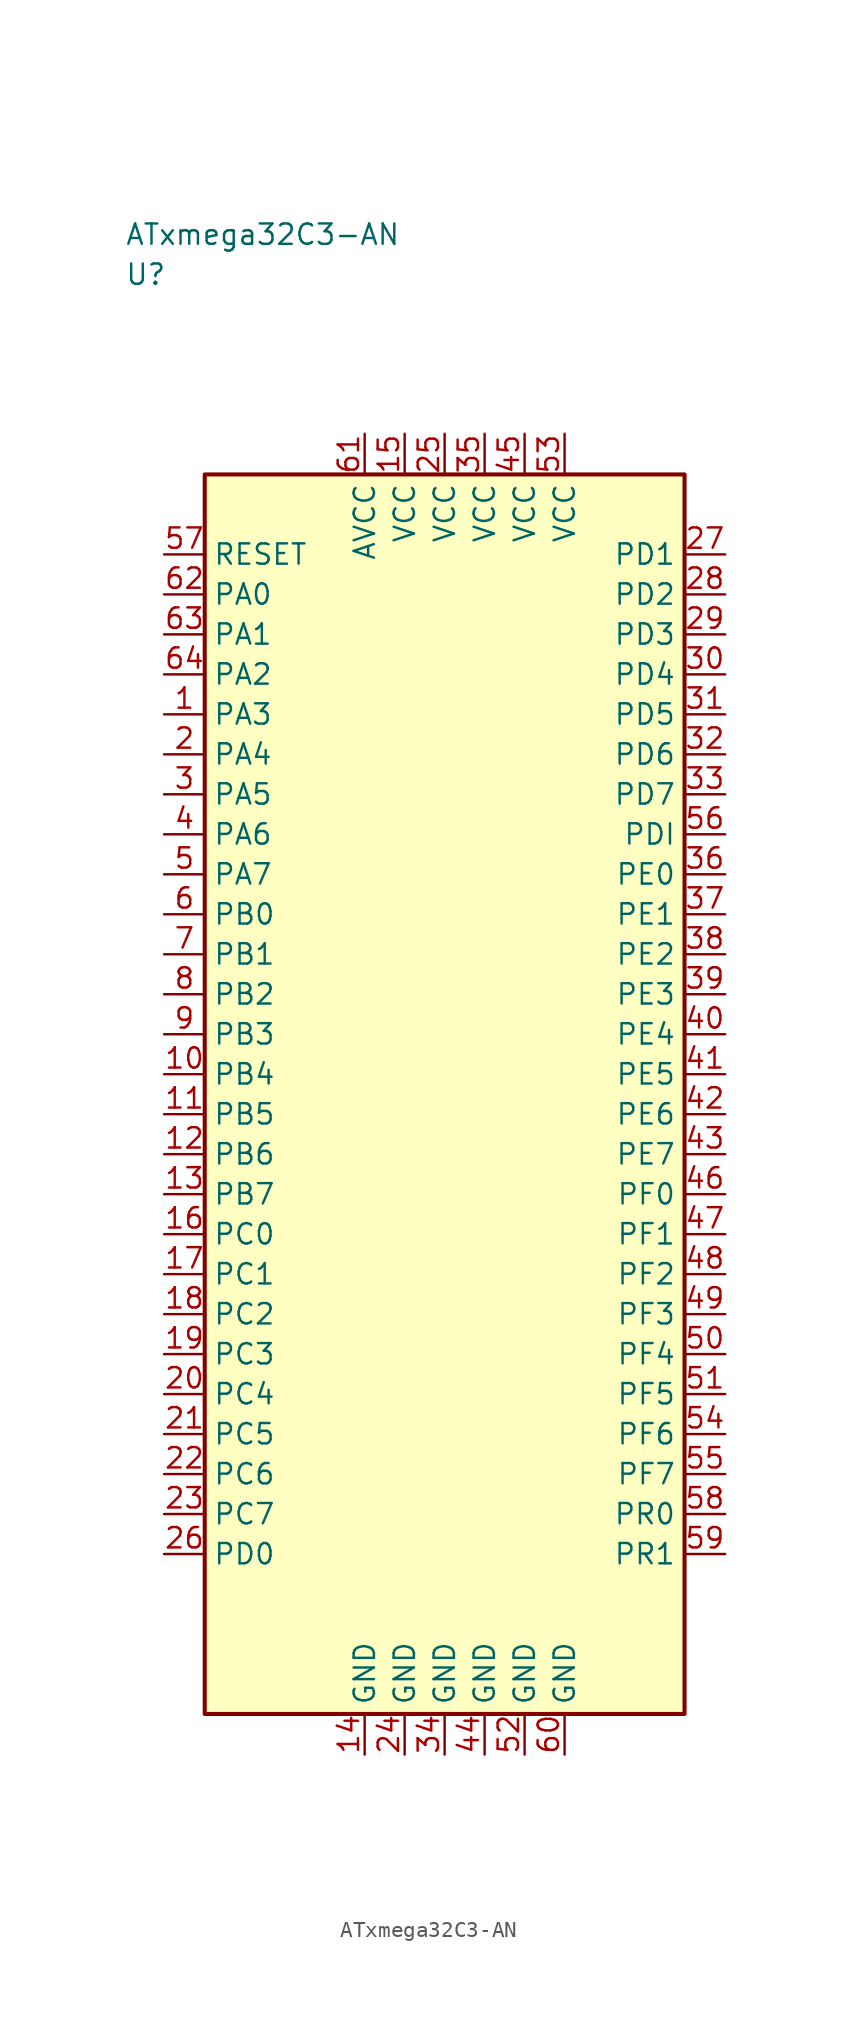
<source format=kicad_sym>
(kicad_symbol_lib
  (version 20241025)
  (generator "kicad_symbol_editor")
  (generator_version "8.0")
  (symbol "ATxmega32C3-AN"
    (property "Reference" "U"
      (at -20.0 51.25 0)
      (effects (font (size 1.27 1.27)) (justify left)))
    (property "Value" "ATxmega32C3-AN"
      (at -20.0 53.75 0)
      (effects (font (size 1.27 1.27)) (justify left)))
    (symbol "ATxmega32C3-AN_0_1"
      (rectangle (start -15.0 38.75) (end 15.0 -38.75) (stroke (width 0.254) (type default)) (fill (type background))))
    (symbol "ATxmega32C3-AN_1_1"
      (pin bidirectional line (at -17.54 23.75 0.0) (length 2.54) (name "PA3" (effects (font (size 1.27 1.27)))) (number "1" (effects (font (size 1.27 1.27)))))
      (pin bidirectional line (at -17.54 21.25 0.0) (length 2.54) (name "PA4" (effects (font (size 1.27 1.27)))) (number "2" (effects (font (size 1.27 1.27)))))
      (pin bidirectional line (at -17.54 18.75 0.0) (length 2.54) (name "PA5" (effects (font (size 1.27 1.27)))) (number "3" (effects (font (size 1.27 1.27)))))
      (pin bidirectional line (at -17.54 16.25 0.0) (length 2.54) (name "PA6" (effects (font (size 1.27 1.27)))) (number "4" (effects (font (size 1.27 1.27)))))
      (pin bidirectional line (at -17.54 13.75 0.0) (length 2.54) (name "PA7" (effects (font (size 1.27 1.27)))) (number "5" (effects (font (size 1.27 1.27)))))
      (pin bidirectional line (at -17.54 11.25 0.0) (length 2.54) (name "PB0" (effects (font (size 1.27 1.27)))) (number "6" (effects (font (size 1.27 1.27)))))
      (pin bidirectional line (at -17.54 8.75 0.0) (length 2.54) (name "PB1" (effects (font (size 1.27 1.27)))) (number "7" (effects (font (size 1.27 1.27)))))
      (pin bidirectional line (at -17.54 6.25 0.0) (length 2.54) (name "PB2" (effects (font (size 1.27 1.27)))) (number "8" (effects (font (size 1.27 1.27)))))
      (pin bidirectional line (at -17.54 3.75 0.0) (length 2.54) (name "PB3" (effects (font (size 1.27 1.27)))) (number "9" (effects (font (size 1.27 1.27)))))
      (pin bidirectional line (at -17.54 1.25 0.0) (length 2.54) (name "PB4" (effects (font (size 1.27 1.27)))) (number "10" (effects (font (size 1.27 1.27)))))
      (pin bidirectional line (at -17.54 -1.25 0.0) (length 2.54) (name "PB5" (effects (font (size 1.27 1.27)))) (number "11" (effects (font (size 1.27 1.27)))))
      (pin bidirectional line (at -17.54 -3.75 0.0) (length 2.54) (name "PB6" (effects (font (size 1.27 1.27)))) (number "12" (effects (font (size 1.27 1.27)))))
      (pin bidirectional line (at -17.54 -6.25 0.0) (length 2.54) (name "PB7" (effects (font (size 1.27 1.27)))) (number "13" (effects (font (size 1.27 1.27)))))
      (pin passive line (at -5.0 -41.29 90.0) (length 2.54) (name "GND" (effects (font (size 1.27 1.27)))) (number "14" (effects (font (size 1.27 1.27)))))
      (pin power_in line (at -2.5 41.29 270.0) (length 2.54) (name "VCC" (effects (font (size 1.27 1.27)))) (number "15" (effects (font (size 1.27 1.27)))))
      (pin bidirectional line (at -17.54 -8.75 0.0) (length 2.54) (name "PC0" (effects (font (size 1.27 1.27)))) (number "16" (effects (font (size 1.27 1.27)))))
      (pin bidirectional line (at -17.54 -11.25 0.0) (length 2.54) (name "PC1" (effects (font (size 1.27 1.27)))) (number "17" (effects (font (size 1.27 1.27)))))
      (pin bidirectional line (at -17.54 -13.75 0.0) (length 2.54) (name "PC2" (effects (font (size 1.27 1.27)))) (number "18" (effects (font (size 1.27 1.27)))))
      (pin bidirectional line (at -17.54 -16.25 0.0) (length 2.54) (name "PC3" (effects (font (size 1.27 1.27)))) (number "19" (effects (font (size 1.27 1.27)))))
      (pin bidirectional line (at -17.54 -18.75 0.0) (length 2.54) (name "PC4" (effects (font (size 1.27 1.27)))) (number "20" (effects (font (size 1.27 1.27)))))
      (pin bidirectional line (at -17.54 -21.25 0.0) (length 2.54) (name "PC5" (effects (font (size 1.27 1.27)))) (number "21" (effects (font (size 1.27 1.27)))))
      (pin bidirectional line (at -17.54 -23.75 0.0) (length 2.54) (name "PC6" (effects (font (size 1.27 1.27)))) (number "22" (effects (font (size 1.27 1.27)))))
      (pin bidirectional line (at -17.54 -26.25 0.0) (length 2.54) (name "PC7" (effects (font (size 1.27 1.27)))) (number "23" (effects (font (size 1.27 1.27)))))
      (pin passive line (at -2.5 -41.29 90.0) (length 2.54) (name "GND" (effects (font (size 1.27 1.27)))) (number "24" (effects (font (size 1.27 1.27)))))
      (pin power_in line (at 0.0 41.29 270.0) (length 2.54) (name "VCC" (effects (font (size 1.27 1.27)))) (number "25" (effects (font (size 1.27 1.27)))))
      (pin bidirectional line (at -17.54 -28.75 0.0) (length 2.54) (name "PD0" (effects (font (size 1.27 1.27)))) (number "26" (effects (font (size 1.27 1.27)))))
      (pin bidirectional line (at 17.54 33.75 180.0) (length 2.54) (name "PD1" (effects (font (size 1.27 1.27)))) (number "27" (effects (font (size 1.27 1.27)))))
      (pin bidirectional line (at 17.54 31.25 180.0) (length 2.54) (name "PD2" (effects (font (size 1.27 1.27)))) (number "28" (effects (font (size 1.27 1.27)))))
      (pin bidirectional line (at 17.54 28.75 180.0) (length 2.54) (name "PD3" (effects (font (size 1.27 1.27)))) (number "29" (effects (font (size 1.27 1.27)))))
      (pin bidirectional line (at 17.54 26.25 180.0) (length 2.54) (name "PD4" (effects (font (size 1.27 1.27)))) (number "30" (effects (font (size 1.27 1.27)))))
      (pin bidirectional line (at 17.54 23.75 180.0) (length 2.54) (name "PD5" (effects (font (size 1.27 1.27)))) (number "31" (effects (font (size 1.27 1.27)))))
      (pin bidirectional line (at 17.54 21.25 180.0) (length 2.54) (name "PD6" (effects (font (size 1.27 1.27)))) (number "32" (effects (font (size 1.27 1.27)))))
      (pin bidirectional line (at 17.54 18.75 180.0) (length 2.54) (name "PD7" (effects (font (size 1.27 1.27)))) (number "33" (effects (font (size 1.27 1.27)))))
      (pin passive line (at 0.0 -41.29 90.0) (length 2.54) (name "GND" (effects (font (size 1.27 1.27)))) (number "34" (effects (font (size 1.27 1.27)))))
      (pin power_in line (at 2.5 41.29 270.0) (length 2.54) (name "VCC" (effects (font (size 1.27 1.27)))) (number "35" (effects (font (size 1.27 1.27)))))
      (pin bidirectional line (at 17.54 13.75 180.0) (length 2.54) (name "PE0" (effects (font (size 1.27 1.27)))) (number "36" (effects (font (size 1.27 1.27)))))
      (pin bidirectional line (at 17.54 11.25 180.0) (length 2.54) (name "PE1" (effects (font (size 1.27 1.27)))) (number "37" (effects (font (size 1.27 1.27)))))
      (pin bidirectional line (at 17.54 8.75 180.0) (length 2.54) (name "PE2" (effects (font (size 1.27 1.27)))) (number "38" (effects (font (size 1.27 1.27)))))
      (pin bidirectional line (at 17.54 6.25 180.0) (length 2.54) (name "PE3" (effects (font (size 1.27 1.27)))) (number "39" (effects (font (size 1.27 1.27)))))
      (pin bidirectional line (at 17.54 3.75 180.0) (length 2.54) (name "PE4" (effects (font (size 1.27 1.27)))) (number "40" (effects (font (size 1.27 1.27)))))
      (pin bidirectional line (at 17.54 1.25 180.0) (length 2.54) (name "PE5" (effects (font (size 1.27 1.27)))) (number "41" (effects (font (size 1.27 1.27)))))
      (pin bidirectional line (at 17.54 -1.25 180.0) (length 2.54) (name "PE6" (effects (font (size 1.27 1.27)))) (number "42" (effects (font (size 1.27 1.27)))))
      (pin bidirectional line (at 17.54 -3.75 180.0) (length 2.54) (name "PE7" (effects (font (size 1.27 1.27)))) (number "43" (effects (font (size 1.27 1.27)))))
      (pin passive line (at 2.5 -41.29 90.0) (length 2.54) (name "GND" (effects (font (size 1.27 1.27)))) (number "44" (effects (font (size 1.27 1.27)))))
      (pin power_in line (at 5.0 41.29 270.0) (length 2.54) (name "VCC" (effects (font (size 1.27 1.27)))) (number "45" (effects (font (size 1.27 1.27)))))
      (pin bidirectional line (at 17.54 -6.25 180.0) (length 2.54) (name "PF0" (effects (font (size 1.27 1.27)))) (number "46" (effects (font (size 1.27 1.27)))))
      (pin bidirectional line (at 17.54 -8.75 180.0) (length 2.54) (name "PF1" (effects (font (size 1.27 1.27)))) (number "47" (effects (font (size 1.27 1.27)))))
      (pin bidirectional line (at 17.54 -11.25 180.0) (length 2.54) (name "PF2" (effects (font (size 1.27 1.27)))) (number "48" (effects (font (size 1.27 1.27)))))
      (pin bidirectional line (at 17.54 -13.75 180.0) (length 2.54) (name "PF3" (effects (font (size 1.27 1.27)))) (number "49" (effects (font (size 1.27 1.27)))))
      (pin bidirectional line (at 17.54 -16.25 180.0) (length 2.54) (name "PF4" (effects (font (size 1.27 1.27)))) (number "50" (effects (font (size 1.27 1.27)))))
      (pin bidirectional line (at 17.54 -18.75 180.0) (length 2.54) (name "PF5" (effects (font (size 1.27 1.27)))) (number "51" (effects (font (size 1.27 1.27)))))
      (pin passive line (at 5.0 -41.29 90.0) (length 2.54) (name "GND" (effects (font (size 1.27 1.27)))) (number "52" (effects (font (size 1.27 1.27)))))
      (pin power_in line (at 7.5 41.29 270.0) (length 2.54) (name "VCC" (effects (font (size 1.27 1.27)))) (number "53" (effects (font (size 1.27 1.27)))))
      (pin bidirectional line (at 17.54 -21.25 180.0) (length 2.54) (name "PF6" (effects (font (size 1.27 1.27)))) (number "54" (effects (font (size 1.27 1.27)))))
      (pin bidirectional line (at 17.54 -23.75 180.0) (length 2.54) (name "PF7" (effects (font (size 1.27 1.27)))) (number "55" (effects (font (size 1.27 1.27)))))
      (pin bidirectional line (at 17.54 16.25 180.0) (length 2.54) (name "PDI" (effects (font (size 1.27 1.27)))) (number "56" (effects (font (size 1.27 1.27)))))
      (pin input line (at -17.54 33.75 0.0) (length 2.54) (name "RESET" (effects (font (size 1.27 1.27)))) (number "57" (effects (font (size 1.27 1.27)))))
      (pin bidirectional line (at 17.54 -26.25 180.0) (length 2.54) (name "PR0" (effects (font (size 1.27 1.27)))) (number "58" (effects (font (size 1.27 1.27)))))
      (pin bidirectional line (at 17.54 -28.75 180.0) (length 2.54) (name "PR1" (effects (font (size 1.27 1.27)))) (number "59" (effects (font (size 1.27 1.27)))))
      (pin passive line (at 7.5 -41.29 90.0) (length 2.54) (name "GND" (effects (font (size 1.27 1.27)))) (number "60" (effects (font (size 1.27 1.27)))))
      (pin power_in line (at -5.0 41.29 270.0) (length 2.54) (name "AVCC" (effects (font (size 1.27 1.27)))) (number "61" (effects (font (size 1.27 1.27)))))
      (pin bidirectional line (at -17.54 31.25 0.0) (length 2.54) (name "PA0" (effects (font (size 1.27 1.27)))) (number "62" (effects (font (size 1.27 1.27)))))
      (pin bidirectional line (at -17.54 28.75 0.0) (length 2.54) (name "PA1" (effects (font (size 1.27 1.27)))) (number "63" (effects (font (size 1.27 1.27)))))
      (pin bidirectional line (at -17.54 26.25 0.0) (length 2.54) (name "PA2" (effects (font (size 1.27 1.27)))) (number "64" (effects (font (size 1.27 1.27))))))))
</source>
